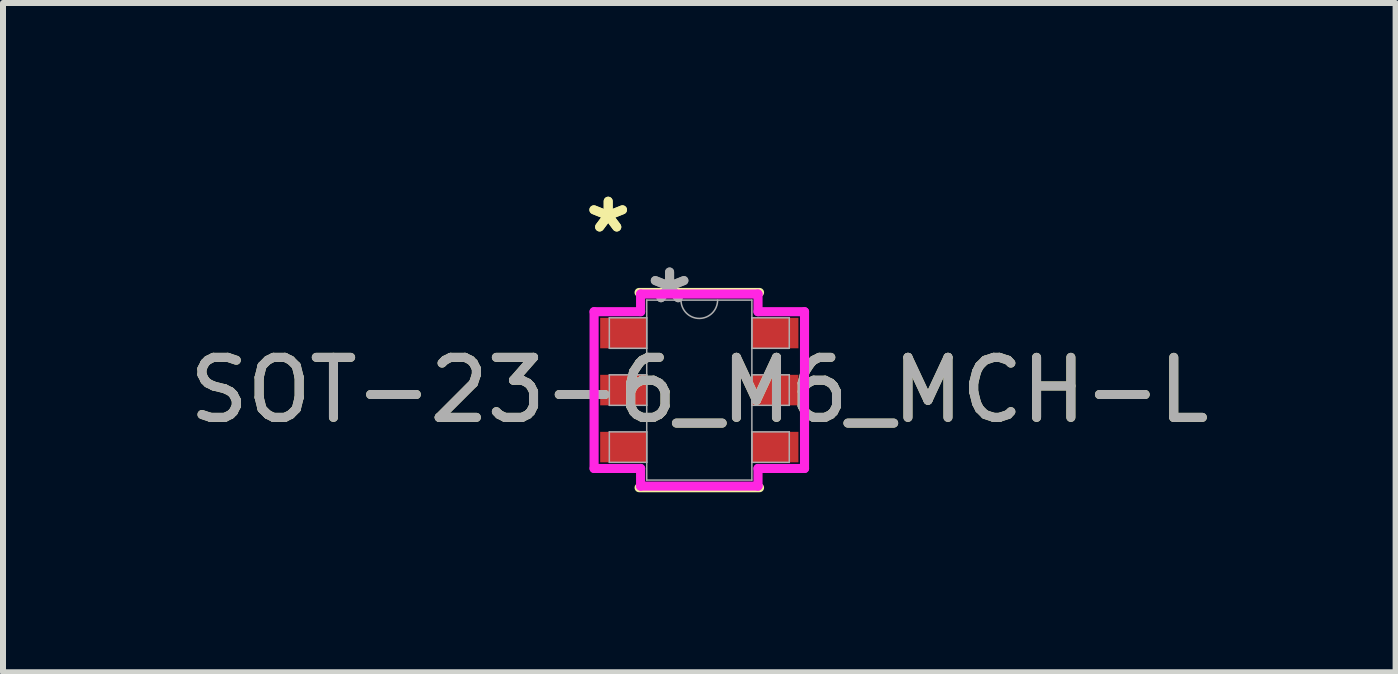
<source format=kicad_pcb>
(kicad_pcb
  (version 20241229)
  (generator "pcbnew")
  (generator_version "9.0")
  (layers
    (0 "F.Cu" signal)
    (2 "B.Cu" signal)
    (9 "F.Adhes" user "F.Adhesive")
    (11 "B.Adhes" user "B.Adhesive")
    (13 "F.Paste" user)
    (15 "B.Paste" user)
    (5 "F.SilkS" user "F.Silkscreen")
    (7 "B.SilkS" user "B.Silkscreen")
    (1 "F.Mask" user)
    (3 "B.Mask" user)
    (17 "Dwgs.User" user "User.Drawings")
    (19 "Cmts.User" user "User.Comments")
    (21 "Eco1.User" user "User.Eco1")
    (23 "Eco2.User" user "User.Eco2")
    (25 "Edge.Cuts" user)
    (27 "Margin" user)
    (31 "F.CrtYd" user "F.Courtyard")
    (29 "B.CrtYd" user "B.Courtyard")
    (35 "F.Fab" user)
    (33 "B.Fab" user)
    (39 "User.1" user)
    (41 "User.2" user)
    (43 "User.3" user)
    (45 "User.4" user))
  (footprint "SOT-23-6_M6_MCH-L"
    (layer "F.Cu")
    (at 8.601 3.449)
    (property "Reference" "SOT-23-6_M6_MCH-L" (at 0 0 0) (unlocked yes) (layer "F.SilkS") (effects (font (size 1 1) (thickness 0.15))))
    (attr smd)
    (fp_line (start -1.003 1.626) (end 1.003 1.626) (stroke (width 0.152) (type solid)) (layer "F.SilkS"))
    (fp_line (start 1.003 -1.626) (end -1.003 -1.626) (stroke (width 0.152) (type solid)) (layer "F.SilkS"))
    (fp_line (start -1.753 -1.306) (end -0.978 -1.306) (stroke (width 0.152) (type solid)) (layer "F.CrtYd"))
    (fp_line (start -1.753 1.306) (end -1.753 -1.306) (stroke (width 0.152) (type solid)) (layer "F.CrtYd"))
    (fp_line (start -1.753 1.306) (end -0.978 1.306) (stroke (width 0.152) (type solid)) (layer "F.CrtYd"))
    (fp_line (start -0.978 -1.6) (end 0.978 -1.6) (stroke (width 0.152) (type solid)) (layer "F.CrtYd"))
    (fp_line (start -0.978 -1.306) (end -0.978 -1.6) (stroke (width 0.152) (type solid)) (layer "F.CrtYd"))
    (fp_line (start -0.978 1.6) (end -0.978 1.306) (stroke (width 0.152) (type solid)) (layer "F.CrtYd"))
    (fp_line (start 0.978 -1.6) (end 0.978 -1.306) (stroke (width 0.152) (type solid)) (layer "F.CrtYd"))
    (fp_line (start 0.978 1.306) (end 0.978 1.6) (stroke (width 0.152) (type solid)) (layer "F.CrtYd"))
    (fp_line (start 0.978 1.6) (end -0.978 1.6) (stroke (width 0.152) (type solid)) (layer "F.CrtYd"))
    (fp_line (start 1.753 -1.306) (end 0.978 -1.306) (stroke (width 0.152) (type solid)) (layer "F.CrtYd"))
    (fp_line (start 1.753 -1.306) (end 1.753 1.306) (stroke (width 0.152) (type solid)) (layer "F.CrtYd"))
    (fp_line (start 1.753 1.306) (end 0.978 1.306) (stroke (width 0.152) (type solid)) (layer "F.CrtYd"))
    (fp_line (start -1.499 -1.204) (end -1.499 -0.696) (stroke (width 0.025) (type solid)) (layer "F.Fab"))
    (fp_line (start -1.499 -0.696) (end -0.876 -0.696) (stroke (width 0.025) (type solid)) (layer "F.Fab"))
    (fp_line (start -1.499 -0.254) (end -1.499 0.254) (stroke (width 0.025) (type solid)) (layer "F.Fab"))
    (fp_line (start -1.499 0.254) (end -0.876 0.254) (stroke (width 0.025) (type solid)) (layer "F.Fab"))
    (fp_line (start -1.499 0.696) (end -1.499 1.204) (stroke (width 0.025) (type solid)) (layer "F.Fab"))
    (fp_line (start -1.499 1.204) (end -0.876 1.204) (stroke (width 0.025) (type solid)) (layer "F.Fab"))
    (fp_line (start -0.876 -1.499) (end -0.876 1.499) (stroke (width 0.025) (type solid)) (layer "F.Fab"))
    (fp_line (start -0.876 -1.204) (end -1.499 -1.204) (stroke (width 0.025) (type solid)) (layer "F.Fab"))
    (fp_line (start -0.876 -0.696) (end -0.876 -1.204) (stroke (width 0.025) (type solid)) (layer "F.Fab"))
    (fp_line (start -0.876 -0.254) (end -1.499 -0.254) (stroke (width 0.025) (type solid)) (layer "F.Fab"))
    (fp_line (start -0.876 0.254) (end -0.876 -0.254) (stroke (width 0.025) (type solid)) (layer "F.Fab"))
    (fp_line (start -0.876 0.696) (end -1.499 0.696) (stroke (width 0.025) (type solid)) (layer "F.Fab"))
    (fp_line (start -0.876 1.204) (end -0.876 0.696) (stroke (width 0.025) (type solid)) (layer "F.Fab"))
    (fp_line (start -0.876 1.499) (end 0.876 1.499) (stroke (width 0.025) (type solid)) (layer "F.Fab"))
    (fp_line (start 0.876 -1.499) (end -0.876 -1.499) (stroke (width 0.025) (type solid)) (layer "F.Fab"))
    (fp_line (start 0.876 -1.204) (end 0.876 -0.696) (stroke (width 0.025) (type solid)) (layer "F.Fab"))
    (fp_line (start 0.876 -0.696) (end 1.499 -0.696) (stroke (width 0.025) (type solid)) (layer "F.Fab"))
    (fp_line (start 0.876 -0.254) (end 0.876 0.254) (stroke (width 0.025) (type solid)) (layer "F.Fab"))
    (fp_line (start 0.876 0.254) (end 1.499 0.254) (stroke (width 0.025) (type solid)) (layer "F.Fab"))
    (fp_line (start 0.876 0.696) (end 0.876 1.204) (stroke (width 0.025) (type solid)) (layer "F.Fab"))
    (fp_line (start 0.876 1.204) (end 1.499 1.204) (stroke (width 0.025) (type solid)) (layer "F.Fab"))
    (fp_line (start 0.876 1.499) (end 0.876 -1.499) (stroke (width 0.025) (type solid)) (layer "F.Fab"))
    (fp_line (start 1.499 -1.204) (end 0.876 -1.204) (stroke (width 0.025) (type solid)) (layer "F.Fab"))
    (fp_line (start 1.499 -0.696) (end 1.499 -1.204) (stroke (width 0.025) (type solid)) (layer "F.Fab"))
    (fp_line (start 1.499 -0.254) (end 0.876 -0.254) (stroke (width 0.025) (type solid)) (layer "F.Fab"))
    (fp_line (start 1.499 0.254) (end 1.499 -0.254) (stroke (width 0.025) (type solid)) (layer "F.Fab"))
    (fp_line (start 1.499 0.696) (end 0.876 0.696) (stroke (width 0.025) (type solid)) (layer "F.Fab"))
    (fp_line (start 1.499 1.204) (end 1.499 0.696) (stroke (width 0.025) (type solid)) (layer "F.Fab"))
    (fp_arc (start 0.3048 -1.4986) (mid 0 -1.1938) (end -0.3048 -1.4986) (stroke (width 0.0254) (type solid)) (layer "F.Fab"))
    (fp_text user "*" (at -1.518 -2.601 0) (layer "F.SilkS") (effects (font (size 1 1) (thickness 0.15))))
    (fp_text user "*" (at -1.518 -2.601 0) (unlocked yes) (layer "F.SilkS") (effects (font (size 1 1) (thickness 0.15))))
    (fp_text user "*" (at -0.495 -1.422 0) (layer "F.Fab") (effects (font (size 1 1) (thickness 0.15))))
    (fp_text user "${REFERENCE}" (at 0 0 0) (unlocked yes) (layer "F.Fab") (effects (font (size 1 1) (thickness 0.15))))
    (fp_text user "*" (at -0.495 -1.422 0) (unlocked yes) (layer "F.Fab") (effects (font (size 1 1) (thickness 0.15))))
    (pad "1" smd rect (at -1.264 -0.95) (size 0.775 0.508) (layers "F.Cu" "F.Mask" "F.Paste"))
    (pad "2" smd rect (at -1.264 0) (size 0.775 0.508) (layers "F.Cu" "F.Mask" "F.Paste"))
    (pad "3" smd rect (at -1.264 0.95) (size 0.775 0.508) (layers "F.Cu" "F.Mask" "F.Paste"))
    (pad "4" smd rect (at 1.264 0.95) (size 0.775 0.508) (layers "F.Cu" "F.Mask" "F.Paste"))
    (pad "5" smd rect (at 1.264 0) (size 0.775 0.508) (layers "F.Cu" "F.Mask" "F.Paste"))
    (pad "6" smd rect (at 1.264 -0.95) (size 0.775 0.508) (layers "F.Cu" "F.Mask" "F.Paste")))
  (gr_rect
    (start -3 -3)
    (end 20.202 8.151)
    (stroke (width 0.1) (type default))
    (fill no)
    (layer "Edge.Cuts")))
</source>
